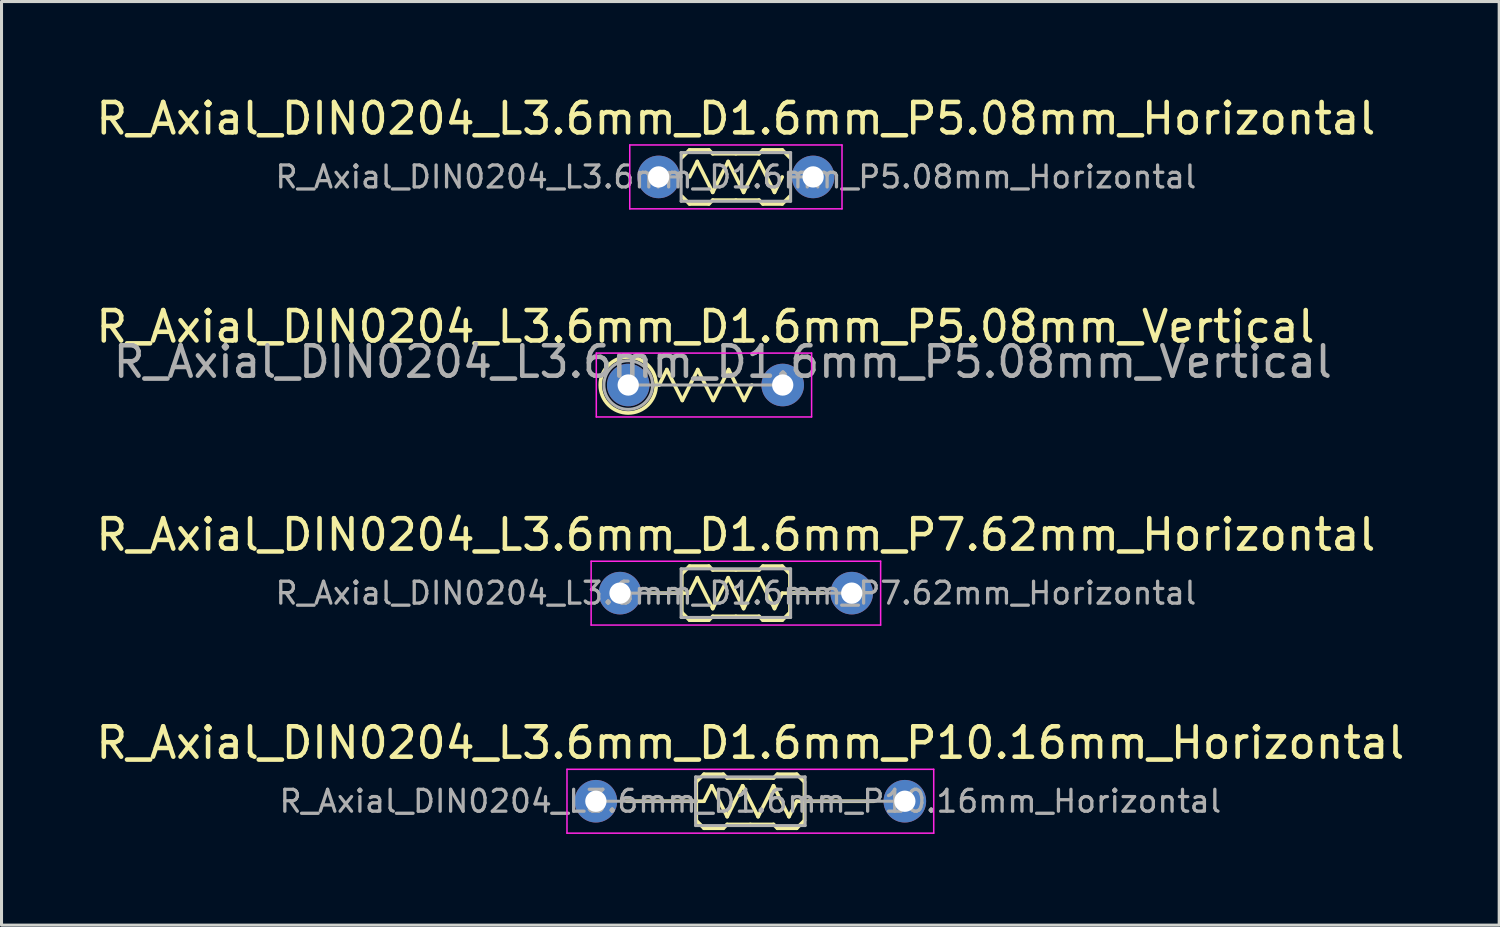
<source format=kicad_pcb>
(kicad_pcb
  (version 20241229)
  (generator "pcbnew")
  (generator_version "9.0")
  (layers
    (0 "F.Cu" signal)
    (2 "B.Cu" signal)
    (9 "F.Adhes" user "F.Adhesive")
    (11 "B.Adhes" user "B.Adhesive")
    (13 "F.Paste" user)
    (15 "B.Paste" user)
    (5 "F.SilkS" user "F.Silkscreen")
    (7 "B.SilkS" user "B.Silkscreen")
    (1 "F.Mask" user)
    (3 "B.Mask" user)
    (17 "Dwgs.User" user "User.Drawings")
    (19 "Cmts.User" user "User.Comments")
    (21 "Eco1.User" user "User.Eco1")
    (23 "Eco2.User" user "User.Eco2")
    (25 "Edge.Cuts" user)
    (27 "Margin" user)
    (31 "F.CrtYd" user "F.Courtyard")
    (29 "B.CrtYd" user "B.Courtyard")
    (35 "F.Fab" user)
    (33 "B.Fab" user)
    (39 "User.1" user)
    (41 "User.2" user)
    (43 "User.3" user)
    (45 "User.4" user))
  (footprint "R_Axial_DIN0204_L3.6mm_D1.6mm_P10.16mm_Horizontal"
    (layer "F.Cu")
    (at 16.545 23.298)
    (property "Reference" "R_Axial_DIN0204_L3.6mm_D1.6mm_P10.16mm_Horizontal" (at 5.08 -1.92 0) (layer "F.SilkS") (effects (font (size 1 1) (thickness 0.15))))
    (attr through_hole)
    (fp_line (start 1.016 0) (end 3.16 0) (stroke (width 0.12) (type solid)) (layer "F.SilkS"))
    (fp_line (start 3.16 0) (end 3.302 0) (stroke (width 0.12) (type solid)) (layer "F.SilkS"))
    (fp_line (start 3.302 -0.635) (end 3.556 -0.889) (stroke (width 0.12) (type solid)) (layer "F.SilkS"))
    (fp_line (start 3.302 0.635) (end 3.302 -0.635) (stroke (width 0.12) (type solid)) (layer "F.SilkS"))
    (fp_line (start 3.302 0.635) (end 3.556 0.889) (stroke (width 0.12) (type solid)) (layer "F.SilkS"))
    (fp_line (start 3.556 -0.889) (end 4.191 -0.889) (stroke (width 0.12) (type solid)) (layer "F.SilkS"))
    (fp_line (start 3.556 0) (end 3.302 0) (stroke (width 0.12) (type solid)) (layer "F.SilkS"))
    (fp_line (start 3.556 0) (end 3.81 -0.508) (stroke (width 0.12) (type solid)) (layer "F.SilkS"))
    (fp_line (start 3.556 0.889) (end 4.191 0.889) (stroke (width 0.12) (type solid)) (layer "F.SilkS"))
    (fp_line (start 3.81 -0.508) (end 4.318 0.508) (stroke (width 0.12) (type solid)) (layer "F.SilkS"))
    (fp_line (start 4.191 -0.889) (end 4.318 -0.762) (stroke (width 0.12) (type solid)) (layer "F.SilkS"))
    (fp_line (start 4.191 0.889) (end 4.318 0.762) (stroke (width 0.12) (type solid)) (layer "F.SilkS"))
    (fp_line (start 4.318 -0.762) (end 5.08 -0.762) (stroke (width 0.12) (type solid)) (layer "F.SilkS"))
    (fp_line (start 4.318 0.508) (end 4.826 -0.508) (stroke (width 0.12) (type solid)) (layer "F.SilkS"))
    (fp_line (start 4.318 0.762) (end 5.08 0.762) (stroke (width 0.12) (type solid)) (layer "F.SilkS"))
    (fp_line (start 4.826 -0.508) (end 5.334 0.508) (stroke (width 0.12) (type solid)) (layer "F.SilkS"))
    (fp_line (start 5.334 0.508) (end 5.842 -0.508) (stroke (width 0.12) (type solid)) (layer "F.SilkS"))
    (fp_line (start 5.842 -0.762) (end 5.08 -0.762) (stroke (width 0.12) (type solid)) (layer "F.SilkS"))
    (fp_line (start 5.842 -0.508) (end 6.35 0.508) (stroke (width 0.12) (type solid)) (layer "F.SilkS"))
    (fp_line (start 5.842 0.762) (end 5.08 0.762) (stroke (width 0.12) (type solid)) (layer "F.SilkS"))
    (fp_line (start 5.969 -0.889) (end 5.842 -0.762) (stroke (width 0.12) (type solid)) (layer "F.SilkS"))
    (fp_line (start 5.969 0.889) (end 5.842 0.762) (stroke (width 0.12) (type solid)) (layer "F.SilkS"))
    (fp_line (start 6.35 0.508) (end 6.604 0) (stroke (width 0.12) (type solid)) (layer "F.SilkS"))
    (fp_line (start 6.604 -0.889) (end 5.969 -0.889) (stroke (width 0.12) (type solid)) (layer "F.SilkS"))
    (fp_line (start 6.604 0) (end 6.858 0) (stroke (width 0.12) (type solid)) (layer "F.SilkS"))
    (fp_line (start 6.604 0.889) (end 5.969 0.889) (stroke (width 0.12) (type solid)) (layer "F.SilkS"))
    (fp_line (start 6.858 -0.635) (end 6.604 -0.889) (stroke (width 0.12) (type solid)) (layer "F.SilkS"))
    (fp_line (start 6.858 -0.635) (end 6.858 0.635) (stroke (width 0.12) (type solid)) (layer "F.SilkS"))
    (fp_line (start 6.858 0.635) (end 6.604 0.889) (stroke (width 0.12) (type solid)) (layer "F.SilkS"))
    (fp_line (start 6.985 0) (end 6.858 0) (stroke (width 0.12) (type solid)) (layer "F.SilkS"))
    (fp_line (start 9.144 0) (end 7 0) (stroke (width 0.12) (type solid)) (layer "F.SilkS"))
    (fp_line (start -0.95 -1.05) (end -0.95 1.05) (stroke (width 0.05) (type solid)) (layer "F.CrtYd"))
    (fp_line (start -0.95 1.05) (end 11.11 1.05) (stroke (width 0.05) (type solid)) (layer "F.CrtYd"))
    (fp_line (start 11.11 -1.05) (end -0.95 -1.05) (stroke (width 0.05) (type solid)) (layer "F.CrtYd"))
    (fp_line (start 11.11 1.05) (end 11.11 -1.05) (stroke (width 0.05) (type solid)) (layer "F.CrtYd"))
    (fp_line (start 0 0) (end 3.302 0) (stroke (width 0.1) (type solid)) (layer "F.Fab"))
    (fp_line (start 3.28 -0.8) (end 3.28 0.8) (stroke (width 0.1) (type solid)) (layer "F.Fab"))
    (fp_line (start 3.28 0.8) (end 6.88 0.8) (stroke (width 0.1) (type solid)) (layer "F.Fab"))
    (fp_line (start 6.88 -0.8) (end 3.28 -0.8) (stroke (width 0.1) (type solid)) (layer "F.Fab"))
    (fp_line (start 6.88 0.8) (end 6.88 -0.8) (stroke (width 0.1) (type solid)) (layer "F.Fab"))
    (fp_line (start 10.16 0) (end 6.88 0) (stroke (width 0.1) (type solid)) (layer "F.Fab"))
    (fp_text user "${REFERENCE}" (at 5.08 0 0) (layer "F.Fab") (effects (font (size 0.72 0.72) (thickness 0.108))))
    (pad "1" thru_hole circle (at 0 0) (size 1.4 1.4) (drill 0.7) (layers "*.Cu" "*.Mask"))
    (pad "2" thru_hole oval (at 10.16 0) (size 1.4 1.4) (drill 0.7) (layers "*.Cu" "*.Mask")))
  (footprint "R_Axial_DIN0204_L3.6mm_D1.6mm_P7.62mm_Horizontal"
    (layer "F.Cu")
    (at 17.339 16.455)
    (property "Reference" "R_Axial_DIN0204_L3.6mm_D1.6mm_P7.62mm_Horizontal" (at 3.81 -1.92 0) (layer "F.SilkS") (effects (font (size 1 1) (thickness 0.15))))
    (attr through_hole)
    (fp_line (start 0.94 0) (end 1.89 0) (stroke (width 0.12) (type solid)) (layer "F.SilkS"))
    (fp_line (start 1.89 0) (end 2.032 0) (stroke (width 0.12) (type solid)) (layer "F.SilkS"))
    (fp_line (start 2.032 -0.635) (end 2.286 -0.889) (stroke (width 0.12) (type solid)) (layer "F.SilkS"))
    (fp_line (start 2.032 0.635) (end 2.032 -0.635) (stroke (width 0.12) (type solid)) (layer "F.SilkS"))
    (fp_line (start 2.032 0.635) (end 2.286 0.889) (stroke (width 0.12) (type solid)) (layer "F.SilkS"))
    (fp_line (start 2.286 -0.889) (end 2.921 -0.889) (stroke (width 0.12) (type solid)) (layer "F.SilkS"))
    (fp_line (start 2.286 0) (end 2.032 0) (stroke (width 0.12) (type solid)) (layer "F.SilkS"))
    (fp_line (start 2.286 0) (end 2.54 -0.508) (stroke (width 0.12) (type solid)) (layer "F.SilkS"))
    (fp_line (start 2.286 0.889) (end 2.921 0.889) (stroke (width 0.12) (type solid)) (layer "F.SilkS"))
    (fp_line (start 2.54 -0.508) (end 3.048 0.508) (stroke (width 0.12) (type solid)) (layer "F.SilkS"))
    (fp_line (start 2.921 -0.889) (end 3.048 -0.762) (stroke (width 0.12) (type solid)) (layer "F.SilkS"))
    (fp_line (start 2.921 0.889) (end 3.048 0.762) (stroke (width 0.12) (type solid)) (layer "F.SilkS"))
    (fp_line (start 3.048 -0.762) (end 3.81 -0.762) (stroke (width 0.12) (type solid)) (layer "F.SilkS"))
    (fp_line (start 3.048 0.508) (end 3.556 -0.508) (stroke (width 0.12) (type solid)) (layer "F.SilkS"))
    (fp_line (start 3.048 0.762) (end 3.81 0.762) (stroke (width 0.12) (type solid)) (layer "F.SilkS"))
    (fp_line (start 3.556 -0.508) (end 4.064 0.508) (stroke (width 0.12) (type solid)) (layer "F.SilkS"))
    (fp_line (start 4.064 0.508) (end 4.572 -0.508) (stroke (width 0.12) (type solid)) (layer "F.SilkS"))
    (fp_line (start 4.572 -0.762) (end 3.81 -0.762) (stroke (width 0.12) (type solid)) (layer "F.SilkS"))
    (fp_line (start 4.572 -0.508) (end 5.08 0.508) (stroke (width 0.12) (type solid)) (layer "F.SilkS"))
    (fp_line (start 4.572 0.762) (end 3.81 0.762) (stroke (width 0.12) (type solid)) (layer "F.SilkS"))
    (fp_line (start 4.699 -0.889) (end 4.572 -0.762) (stroke (width 0.12) (type solid)) (layer "F.SilkS"))
    (fp_line (start 4.699 0.889) (end 4.572 0.762) (stroke (width 0.12) (type solid)) (layer "F.SilkS"))
    (fp_line (start 5.08 0.508) (end 5.334 0) (stroke (width 0.12) (type solid)) (layer "F.SilkS"))
    (fp_line (start 5.334 -0.889) (end 4.699 -0.889) (stroke (width 0.12) (type solid)) (layer "F.SilkS"))
    (fp_line (start 5.334 0) (end 5.588 0) (stroke (width 0.12) (type solid)) (layer "F.SilkS"))
    (fp_line (start 5.334 0.889) (end 4.699 0.889) (stroke (width 0.12) (type solid)) (layer "F.SilkS"))
    (fp_line (start 5.588 -0.635) (end 5.334 -0.889) (stroke (width 0.12) (type solid)) (layer "F.SilkS"))
    (fp_line (start 5.588 -0.635) (end 5.588 0.635) (stroke (width 0.12) (type solid)) (layer "F.SilkS"))
    (fp_line (start 5.588 0.635) (end 5.334 0.889) (stroke (width 0.12) (type solid)) (layer "F.SilkS"))
    (fp_line (start 5.715 0) (end 5.588 0) (stroke (width 0.12) (type solid)) (layer "F.SilkS"))
    (fp_line (start 6.68 0) (end 5.73 0) (stroke (width 0.12) (type solid)) (layer "F.SilkS"))
    (fp_line (start -0.95 -1.05) (end -0.95 1.05) (stroke (width 0.05) (type solid)) (layer "F.CrtYd"))
    (fp_line (start -0.95 1.05) (end 8.57 1.05) (stroke (width 0.05) (type solid)) (layer "F.CrtYd"))
    (fp_line (start 8.57 -1.05) (end -0.95 -1.05) (stroke (width 0.05) (type solid)) (layer "F.CrtYd"))
    (fp_line (start 8.57 1.05) (end 8.57 -1.05) (stroke (width 0.05) (type solid)) (layer "F.CrtYd"))
    (fp_line (start 0 0) (end 2.01 0) (stroke (width 0.1) (type solid)) (layer "F.Fab"))
    (fp_line (start 2.01 -0.8) (end 2.01 0.8) (stroke (width 0.1) (type solid)) (layer "F.Fab"))
    (fp_line (start 2.01 0.8) (end 5.61 0.8) (stroke (width 0.1) (type solid)) (layer "F.Fab"))
    (fp_line (start 5.61 -0.8) (end 2.01 -0.8) (stroke (width 0.1) (type solid)) (layer "F.Fab"))
    (fp_line (start 5.61 0.8) (end 5.61 -0.8) (stroke (width 0.1) (type solid)) (layer "F.Fab"))
    (fp_line (start 7.62 0) (end 5.61 0) (stroke (width 0.1) (type solid)) (layer "F.Fab"))
    (fp_text user "${REFERENCE}" (at 3.81 0 0) (layer "F.Fab") (effects (font (size 0.72 0.72) (thickness 0.108))))
    (pad "1" thru_hole circle (at 0 0) (size 1.4 1.4) (drill 0.7) (layers "*.Cu" "*.Mask"))
    (pad "2" thru_hole oval (at 7.62 0) (size 1.4 1.4) (drill 0.7) (layers "*.Cu" "*.Mask")))
  (footprint "R_Axial_DIN0204_L3.6mm_D1.6mm_P5.08mm_Vertical"
    (layer "F.Cu")
    (at 17.609 9.611)
    (property "Reference" "R_Axial_DIN0204_L3.6mm_D1.6mm_P5.08mm_Vertical" (at 2.54 -1.92 0) (layer "F.SilkS") (effects (font (size 1 1) (thickness 0.15))))
    (attr through_hole)
    (fp_line (start 1.016 0) (end 0.92 0) (stroke (width 0.12) (type solid)) (layer "F.SilkS"))
    (fp_line (start 1.016 0) (end 1.27 -0.508) (stroke (width 0.12) (type solid)) (layer "F.SilkS"))
    (fp_line (start 1.27 -0.508) (end 1.778 0.508) (stroke (width 0.12) (type solid)) (layer "F.SilkS"))
    (fp_line (start 1.778 0.508) (end 2.286 -0.508) (stroke (width 0.12) (type solid)) (layer "F.SilkS"))
    (fp_line (start 2.286 -0.508) (end 2.794 0.508) (stroke (width 0.12) (type solid)) (layer "F.SilkS"))
    (fp_line (start 2.794 0.508) (end 3.302 -0.508) (stroke (width 0.12) (type solid)) (layer "F.SilkS"))
    (fp_line (start 3.302 -0.508) (end 3.81 0.508) (stroke (width 0.12) (type solid)) (layer "F.SilkS"))
    (fp_line (start 3.81 0.508) (end 4.064 0) (stroke (width 0.12) (type solid)) (layer "F.SilkS"))
    (fp_circle (center 0 0) (end 0.92 0) (stroke (width 0.12) (type solid)) (fill no) (layer "F.SilkS"))
    (fp_line (start -1.05 -1.05) (end -1.05 1.05) (stroke (width 0.05) (type solid)) (layer "F.CrtYd"))
    (fp_line (start -1.05 1.05) (end 6.03 1.05) (stroke (width 0.05) (type solid)) (layer "F.CrtYd"))
    (fp_line (start 6.03 -1.05) (end -1.05 -1.05) (stroke (width 0.05) (type solid)) (layer "F.CrtYd"))
    (fp_line (start 6.03 1.05) (end 6.03 -1.05) (stroke (width 0.05) (type solid)) (layer "F.CrtYd"))
    (fp_line (start 0 0) (end 5.08 0) (stroke (width 0.1) (type solid)) (layer "F.Fab"))
    (fp_circle (center 0 0) (end 0.8 0) (stroke (width 0.1) (type solid)) (fill no) (layer "F.Fab"))
    (fp_text user "${REFERENCE}" (at 3.111 -0.762 0) (layer "F.Fab") (effects (font (size 1 1) (thickness 0.15))))
    (pad "1" thru_hole circle (at 0 0) (size 1.4 1.4) (drill 0.7) (layers "*.Cu" "*.Mask"))
    (pad "2" thru_hole oval (at 5.08 0) (size 1.4 1.4) (drill 0.7) (layers "*.Cu" "*.Mask")))
  (footprint "R_Axial_DIN0204_L3.6mm_D1.6mm_P5.08mm_Horizontal"
    (layer "F.Cu")
    (at 18.609 2.768)
    (property "Reference" "R_Axial_DIN0204_L3.6mm_D1.6mm_P5.08mm_Horizontal" (at 2.54 -1.92 0) (layer "F.SilkS") (effects (font (size 1 1) (thickness 0.15))))
    (attr through_hole)
    (fp_line (start 0.762 -0.635) (end 1.016 -0.889) (stroke (width 0.12) (type solid)) (layer "F.SilkS"))
    (fp_line (start 0.762 0.635) (end 1.016 0.889) (stroke (width 0.12) (type solid)) (layer "F.SilkS"))
    (fp_line (start 1.016 -0.889) (end 1.651 -0.889) (stroke (width 0.12) (type solid)) (layer "F.SilkS"))
    (fp_line (start 1.016 0) (end 1.27 -0.508) (stroke (width 0.12) (type solid)) (layer "F.SilkS"))
    (fp_line (start 1.016 0.889) (end 1.651 0.889) (stroke (width 0.12) (type solid)) (layer "F.SilkS"))
    (fp_line (start 1.27 -0.508) (end 1.778 0.508) (stroke (width 0.12) (type solid)) (layer "F.SilkS"))
    (fp_line (start 1.651 -0.889) (end 1.778 -0.762) (stroke (width 0.12) (type solid)) (layer "F.SilkS"))
    (fp_line (start 1.651 0.889) (end 1.778 0.762) (stroke (width 0.12) (type solid)) (layer "F.SilkS"))
    (fp_line (start 1.778 -0.762) (end 2.54 -0.762) (stroke (width 0.12) (type solid)) (layer "F.SilkS"))
    (fp_line (start 1.778 0.508) (end 2.286 -0.508) (stroke (width 0.12) (type solid)) (layer "F.SilkS"))
    (fp_line (start 1.778 0.762) (end 2.54 0.762) (stroke (width 0.12) (type solid)) (layer "F.SilkS"))
    (fp_line (start 2.286 -0.508) (end 2.794 0.508) (stroke (width 0.12) (type solid)) (layer "F.SilkS"))
    (fp_line (start 2.794 0.508) (end 3.302 -0.508) (stroke (width 0.12) (type solid)) (layer "F.SilkS"))
    (fp_line (start 3.302 -0.762) (end 2.54 -0.762) (stroke (width 0.12) (type solid)) (layer "F.SilkS"))
    (fp_line (start 3.302 -0.508) (end 3.81 0.508) (stroke (width 0.12) (type solid)) (layer "F.SilkS"))
    (fp_line (start 3.302 0.762) (end 2.54 0.762) (stroke (width 0.12) (type solid)) (layer "F.SilkS"))
    (fp_line (start 3.429 -0.889) (end 3.302 -0.762) (stroke (width 0.12) (type solid)) (layer "F.SilkS"))
    (fp_line (start 3.429 0.889) (end 3.302 0.762) (stroke (width 0.12) (type solid)) (layer "F.SilkS"))
    (fp_line (start 3.81 0.508) (end 4.064 0) (stroke (width 0.12) (type solid)) (layer "F.SilkS"))
    (fp_line (start 4.064 -0.889) (end 3.429 -0.889) (stroke (width 0.12) (type solid)) (layer "F.SilkS"))
    (fp_line (start 4.064 0.889) (end 3.429 0.889) (stroke (width 0.12) (type solid)) (layer "F.SilkS"))
    (fp_line (start 4.318 -0.635) (end 4.064 -0.889) (stroke (width 0.12) (type solid)) (layer "F.SilkS"))
    (fp_line (start 4.318 0.635) (end 4.064 0.889) (stroke (width 0.12) (type solid)) (layer "F.SilkS"))
    (fp_line (start -0.95 -1.05) (end -0.95 1.05) (stroke (width 0.05) (type solid)) (layer "F.CrtYd"))
    (fp_line (start -0.95 1.05) (end 6.03 1.05) (stroke (width 0.05) (type solid)) (layer "F.CrtYd"))
    (fp_line (start 6.03 -1.05) (end -0.95 -1.05) (stroke (width 0.05) (type solid)) (layer "F.CrtYd"))
    (fp_line (start 6.03 1.05) (end 6.03 -1.05) (stroke (width 0.05) (type solid)) (layer "F.CrtYd"))
    (fp_line (start 0 0) (end 0.74 0) (stroke (width 0.1) (type solid)) (layer "F.Fab"))
    (fp_line (start 0.74 -0.8) (end 0.74 0.8) (stroke (width 0.1) (type solid)) (layer "F.Fab"))
    (fp_line (start 0.74 0.8) (end 4.34 0.8) (stroke (width 0.1) (type solid)) (layer "F.Fab"))
    (fp_line (start 4.34 -0.8) (end 0.74 -0.8) (stroke (width 0.1) (type solid)) (layer "F.Fab"))
    (fp_line (start 4.34 0.8) (end 4.34 -0.8) (stroke (width 0.1) (type solid)) (layer "F.Fab"))
    (fp_line (start 5.08 0) (end 4.34 0) (stroke (width 0.1) (type solid)) (layer "F.Fab"))
    (fp_text user "${REFERENCE}" (at 2.54 0 0) (layer "F.Fab") (effects (font (size 0.72 0.72) (thickness 0.108))))
    (pad "1" thru_hole circle (at 0 0) (size 1.4 1.4) (drill 0.7) (layers "*.Cu" "*.Mask"))
    (pad "2" thru_hole oval (at 5.08 0) (size 1.4 1.4) (drill 0.7) (layers "*.Cu" "*.Mask")))
  (gr_rect
    (start -3 -3)
    (end 46.25 27.373)
    (stroke (width 0.1) (type default))
    (fill no)
    (layer "Edge.Cuts")))
</source>
